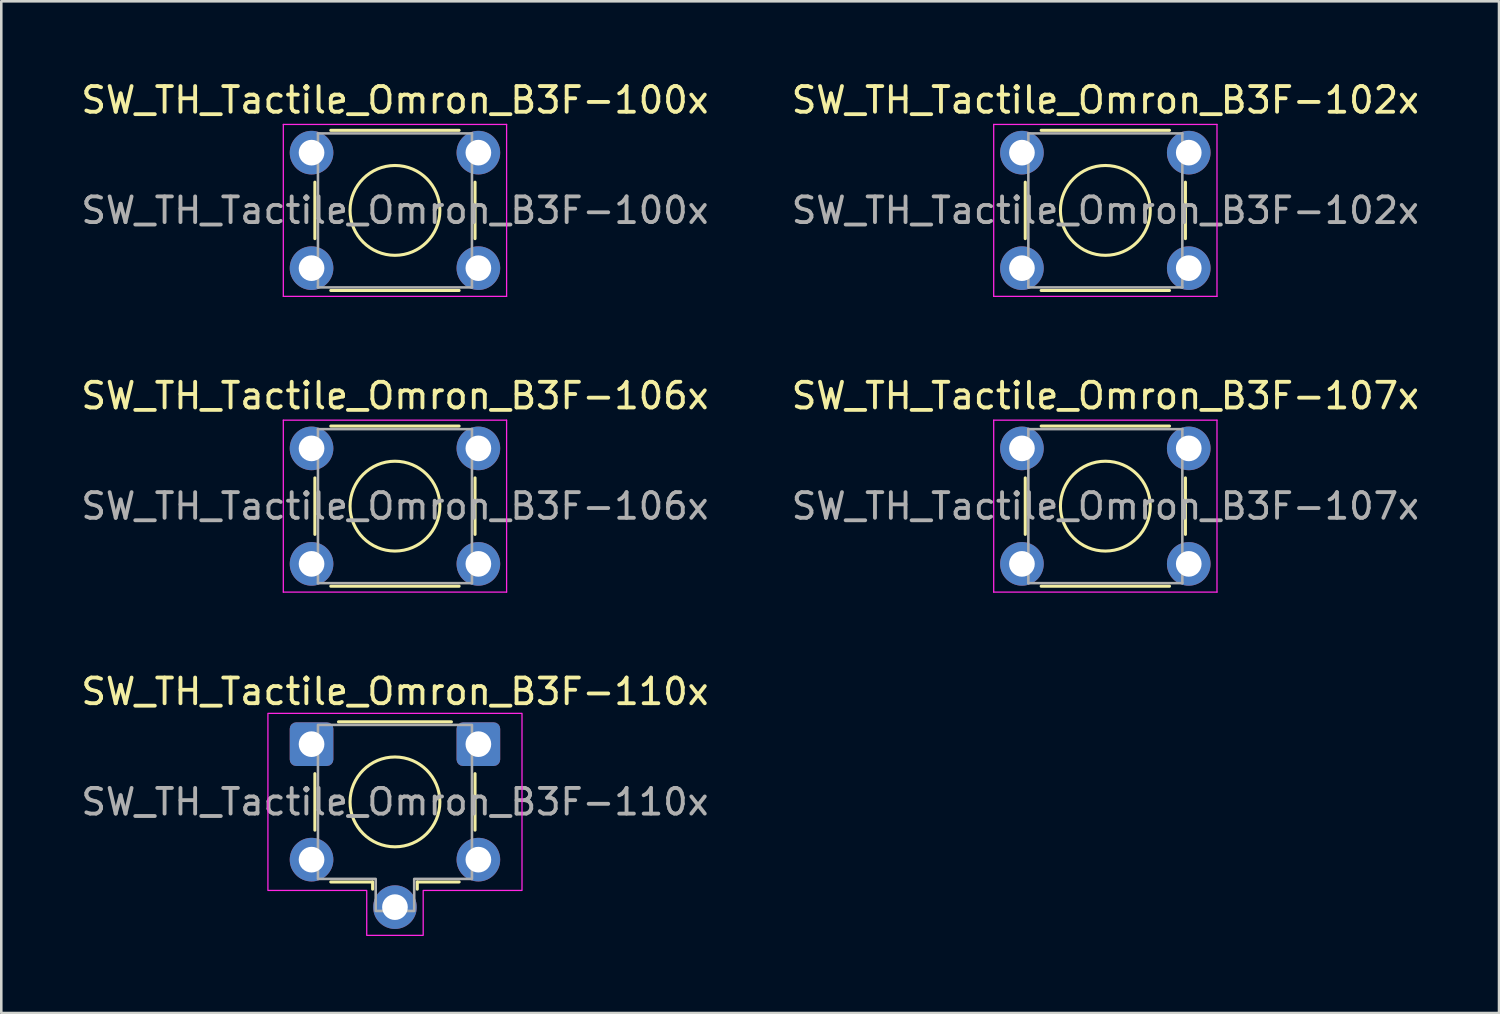
<source format=kicad_pcb>
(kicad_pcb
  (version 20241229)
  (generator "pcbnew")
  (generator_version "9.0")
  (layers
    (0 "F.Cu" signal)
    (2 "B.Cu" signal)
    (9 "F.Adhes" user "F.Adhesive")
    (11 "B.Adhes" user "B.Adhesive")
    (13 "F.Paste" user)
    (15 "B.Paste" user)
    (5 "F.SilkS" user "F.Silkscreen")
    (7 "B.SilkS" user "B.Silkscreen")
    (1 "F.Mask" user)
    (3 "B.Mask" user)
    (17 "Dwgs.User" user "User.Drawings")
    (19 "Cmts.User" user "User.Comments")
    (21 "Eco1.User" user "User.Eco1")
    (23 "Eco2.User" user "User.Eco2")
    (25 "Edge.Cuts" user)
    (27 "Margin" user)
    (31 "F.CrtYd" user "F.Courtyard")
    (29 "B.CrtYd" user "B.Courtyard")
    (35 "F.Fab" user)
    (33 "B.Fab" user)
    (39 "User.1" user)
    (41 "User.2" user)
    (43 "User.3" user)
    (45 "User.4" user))
  (footprint "SW_TH_Tactile_Omron_B3F-106x"
    (layer "F.Cu")
    (at 9.089 14.421)
    (property "Reference" "SW_TH_Tactile_Omron_B3F-106x" (at 3.25 -2.05 0) (layer "F.SilkS") (effects (font (size 1 1) (thickness 0.15))))
    (attr through_hole)
    (fp_line (start 0.13 3.35) (end 0.13 1.15) (stroke (width 0.12) (type solid)) (layer "F.SilkS"))
    (fp_line (start 0.75 -0.87) (end 5.75 -0.87) (stroke (width 0.12) (type solid)) (layer "F.SilkS"))
    (fp_line (start 0.75 5.37) (end 5.75 5.37) (stroke (width 0.12) (type solid)) (layer "F.SilkS"))
    (fp_line (start 6.37 1.15) (end 6.37 3.35) (stroke (width 0.12) (type solid)) (layer "F.SilkS"))
    (fp_circle (center 3.25 2.25) (end 5 2.25) (stroke (width 0.12) (type solid)) (fill no) (layer "F.SilkS"))
    (fp_line (start -1.1 -1.1) (end -1.1 5.6) (stroke (width 0.05) (type solid)) (layer "F.CrtYd"))
    (fp_line (start -1.1 -1.1) (end 7.6 -1.1) (stroke (width 0.05) (type solid)) (layer "F.CrtYd"))
    (fp_line (start -1.1 5.6) (end 7.6 5.6) (stroke (width 0.05) (type solid)) (layer "F.CrtYd"))
    (fp_line (start 7.6 5.6) (end 7.6 -1.1) (stroke (width 0.05) (type solid)) (layer "F.CrtYd"))
    (fp_line (start 0.25 -0.75) (end 0.25 5.25) (stroke (width 0.1) (type solid)) (layer "F.Fab"))
    (fp_line (start 0.25 -0.75) (end 6.25 -0.75) (stroke (width 0.1) (type solid)) (layer "F.Fab"))
    (fp_line (start 0.25 5.25) (end 6.25 5.25) (stroke (width 0.1) (type solid)) (layer "F.Fab"))
    (fp_line (start 6.25 -0.75) (end 6.25 5.25) (stroke (width 0.1) (type solid)) (layer "F.Fab"))
    (fp_text user "${REFERENCE}" (at 3.25 2.25 0) (layer "F.Fab") (effects (font (size 1 1) (thickness 0.15))))
    (pad "1" thru_hole circle (at 0 0) (size 1.7 1.7) (drill 1) (layers "*.Cu" "*.Mask"))
    (pad "1" thru_hole circle (at 6.5 0) (size 1.7 1.7) (drill 1) (layers "*.Cu" "*.Mask"))
    (pad "2" thru_hole circle (at 0 4.5) (size 1.7 1.7) (drill 1) (layers "*.Cu" "*.Mask"))
    (pad "2" thru_hole circle (at 6.5 4.5) (size 1.7 1.7) (drill 1) (layers "*.Cu" "*.Mask")))
  (footprint "SW_TH_Tactile_Omron_B3F-102x"
    (layer "F.Cu")
    (at 36.768 2.898)
    (property "Reference" "SW_TH_Tactile_Omron_B3F-102x" (at 3.25 -2.05 0) (layer "F.SilkS") (effects (font (size 1 1) (thickness 0.15))))
    (attr through_hole)
    (fp_line (start 0.13 3.35) (end 0.13 1.15) (stroke (width 0.12) (type solid)) (layer "F.SilkS"))
    (fp_line (start 0.75 -0.87) (end 5.75 -0.87) (stroke (width 0.12) (type solid)) (layer "F.SilkS"))
    (fp_line (start 0.75 5.37) (end 5.75 5.37) (stroke (width 0.12) (type solid)) (layer "F.SilkS"))
    (fp_line (start 6.37 1.15) (end 6.37 3.35) (stroke (width 0.12) (type solid)) (layer "F.SilkS"))
    (fp_circle (center 3.25 2.25) (end 5 2.25) (stroke (width 0.12) (type solid)) (fill no) (layer "F.SilkS"))
    (fp_line (start -1.1 -1.1) (end -1.1 5.6) (stroke (width 0.05) (type solid)) (layer "F.CrtYd"))
    (fp_line (start -1.1 -1.1) (end 7.6 -1.1) (stroke (width 0.05) (type solid)) (layer "F.CrtYd"))
    (fp_line (start -1.1 5.6) (end 7.6 5.6) (stroke (width 0.05) (type solid)) (layer "F.CrtYd"))
    (fp_line (start 7.6 5.6) (end 7.6 -1.1) (stroke (width 0.05) (type solid)) (layer "F.CrtYd"))
    (fp_line (start 0.25 -0.75) (end 0.25 5.25) (stroke (width 0.1) (type solid)) (layer "F.Fab"))
    (fp_line (start 0.25 -0.75) (end 6.25 -0.75) (stroke (width 0.1) (type solid)) (layer "F.Fab"))
    (fp_line (start 0.25 5.25) (end 6.25 5.25) (stroke (width 0.1) (type solid)) (layer "F.Fab"))
    (fp_line (start 6.25 -0.75) (end 6.25 5.25) (stroke (width 0.1) (type solid)) (layer "F.Fab"))
    (fp_text user "${REFERENCE}" (at 3.25 2.25 0) (layer "F.Fab") (effects (font (size 1 1) (thickness 0.15))))
    (pad "1" thru_hole circle (at 0 0) (size 1.7 1.7) (drill 1) (layers "*.Cu" "*.Mask"))
    (pad "1" thru_hole circle (at 6.5 0) (size 1.7 1.7) (drill 1) (layers "*.Cu" "*.Mask"))
    (pad "2" thru_hole circle (at 0 4.5) (size 1.7 1.7) (drill 1) (layers "*.Cu" "*.Mask"))
    (pad "2" thru_hole circle (at 6.5 4.5) (size 1.7 1.7) (drill 1) (layers "*.Cu" "*.Mask")))
  (footprint "SW_TH_Tactile_Omron_B3F-100x"
    (layer "F.Cu")
    (at 9.089 2.898)
    (property "Reference" "SW_TH_Tactile_Omron_B3F-100x" (at 3.25 -2.05 0) (layer "F.SilkS") (effects (font (size 1 1) (thickness 0.15))))
    (attr through_hole)
    (fp_line (start 0.13 3.35) (end 0.13 1.15) (stroke (width 0.12) (type solid)) (layer "F.SilkS"))
    (fp_line (start 0.75 -0.87) (end 5.75 -0.87) (stroke (width 0.12) (type solid)) (layer "F.SilkS"))
    (fp_line (start 0.75 5.37) (end 5.75 5.37) (stroke (width 0.12) (type solid)) (layer "F.SilkS"))
    (fp_line (start 6.37 1.15) (end 6.37 3.35) (stroke (width 0.12) (type solid)) (layer "F.SilkS"))
    (fp_circle (center 3.25 2.25) (end 5 2.25) (stroke (width 0.12) (type solid)) (fill no) (layer "F.SilkS"))
    (fp_line (start -1.1 -1.1) (end -1.1 5.6) (stroke (width 0.05) (type solid)) (layer "F.CrtYd"))
    (fp_line (start -1.1 -1.1) (end 7.6 -1.1) (stroke (width 0.05) (type solid)) (layer "F.CrtYd"))
    (fp_line (start -1.1 5.6) (end 7.6 5.6) (stroke (width 0.05) (type solid)) (layer "F.CrtYd"))
    (fp_line (start 7.6 5.6) (end 7.6 -1.1) (stroke (width 0.05) (type solid)) (layer "F.CrtYd"))
    (fp_line (start 0.25 -0.75) (end 0.25 5.25) (stroke (width 0.1) (type solid)) (layer "F.Fab"))
    (fp_line (start 0.25 -0.75) (end 6.25 -0.75) (stroke (width 0.1) (type solid)) (layer "F.Fab"))
    (fp_line (start 0.25 5.25) (end 6.25 5.25) (stroke (width 0.1) (type solid)) (layer "F.Fab"))
    (fp_line (start 6.25 -0.75) (end 6.25 5.25) (stroke (width 0.1) (type solid)) (layer "F.Fab"))
    (fp_text user "${REFERENCE}" (at 3.25 2.25 0) (layer "F.Fab") (effects (font (size 1 1) (thickness 0.15))))
    (pad "1" thru_hole circle (at 0 0) (size 1.7 1.7) (drill 1) (layers "*.Cu" "*.Mask"))
    (pad "1" thru_hole circle (at 6.5 0) (size 1.7 1.7) (drill 1) (layers "*.Cu" "*.Mask"))
    (pad "2" thru_hole circle (at 0 4.5) (size 1.7 1.7) (drill 1) (layers "*.Cu" "*.Mask"))
    (pad "2" thru_hole circle (at 6.5 4.5) (size 1.7 1.7) (drill 1) (layers "*.Cu" "*.Mask")))
  (footprint "SW_TH_Tactile_Omron_B3F-110x"
    (layer "F.Cu")
    (at 9.089 25.945)
    (property "Reference" "SW_TH_Tactile_Omron_B3F-110x" (at 3.25 -2.05 0) (layer "F.SilkS") (effects (font (size 1 1) (thickness 0.15))))
    (attr through_hole)
    (fp_line (start 0.13 3.35) (end 0.13 1.15) (stroke (width 0.12) (type solid)) (layer "F.SilkS"))
    (fp_line (start 0.75 5.37) (end 2.38 5.37) (stroke (width 0.12) (type solid)) (layer "F.SilkS"))
    (fp_line (start 1.05 -0.87) (end 5.45 -0.87) (stroke (width 0.12) (type solid)) (layer "F.SilkS"))
    (fp_line (start 2.38 5.37) (end 2.38 5.65) (stroke (width 0.12) (type solid)) (layer "F.SilkS"))
    (fp_line (start 4.12 5.37) (end 5.75 5.37) (stroke (width 0.12) (type solid)) (layer "F.SilkS"))
    (fp_line (start 4.12 5.65) (end 4.12 5.37) (stroke (width 0.12) (type solid)) (layer "F.SilkS"))
    (fp_line (start 6.37 1.15) (end 6.37 3.35) (stroke (width 0.12) (type solid)) (layer "F.SilkS"))
    (fp_circle (center 3.25 2.25) (end 5 2.25) (stroke (width 0.12) (type solid)) (fill no) (layer "F.SilkS"))
    (fp_poly (pts (xy -1.7 -1.2) (xy 8.2 -1.2) (xy 8.2 5.7) (xy 4.35 5.7) (xy 4.35 7.45) (xy 2.15 7.45) (xy 2.15 5.7) (xy -1.7 5.7)) (stroke (width 0.05) (type solid)) (fill no) (layer "F.CrtYd"))
    (fp_poly (pts (xy 0.25 -0.75) (xy 6.25 -0.75) (xy 6.25 5.25) (xy 4 5.25) (xy 4 6.5) (xy 2.5 6.5) (xy 2.5 5.25) (xy 0.25 5.25)) (stroke (width 0.1) (type solid)) (fill no) (layer "F.Fab"))
    (fp_text user "${REFERENCE}" (at 3.25 2.25 0) (layer "F.Fab") (effects (font (size 1 1) (thickness 0.15))))
    (pad "1" thru_hole roundrect (at 0 0) (size 1.7 1.7) (drill 1) (layers "*.Cu" "*.Mask") (roundrect_rratio 0.147))
    (pad "1" thru_hole roundrect (at 6.5 0) (size 1.7 1.7) (drill 1) (layers "*.Cu" "*.Mask") (roundrect_rratio 0.147))
    (pad "2" thru_hole circle (at 0 4.5) (size 1.7 1.7) (drill 1) (layers "*.Cu" "*.Mask"))
    (pad "2" thru_hole circle (at 6.5 4.5) (size 1.7 1.7) (drill 1) (layers "*.Cu" "*.Mask"))
    (pad "SH" thru_hole circle (at 3.25 6.35) (size 1.7 1.7) (drill 1) (layers "*.Cu" "*.Mask")))
  (footprint "SW_TH_Tactile_Omron_B3F-107x"
    (layer "F.Cu")
    (at 36.768 14.421)
    (property "Reference" "SW_TH_Tactile_Omron_B3F-107x" (at 3.25 -2.05 0) (layer "F.SilkS") (effects (font (size 1 1) (thickness 0.15))))
    (attr through_hole)
    (fp_line (start 0.13 3.35) (end 0.13 1.15) (stroke (width 0.12) (type solid)) (layer "F.SilkS"))
    (fp_line (start 0.75 -0.87) (end 5.75 -0.87) (stroke (width 0.12) (type solid)) (layer "F.SilkS"))
    (fp_line (start 0.75 5.37) (end 5.75 5.37) (stroke (width 0.12) (type solid)) (layer "F.SilkS"))
    (fp_line (start 6.37 1.15) (end 6.37 3.35) (stroke (width 0.12) (type solid)) (layer "F.SilkS"))
    (fp_circle (center 3.25 2.25) (end 5 2.25) (stroke (width 0.12) (type solid)) (fill no) (layer "F.SilkS"))
    (fp_line (start -1.1 -1.1) (end -1.1 5.6) (stroke (width 0.05) (type solid)) (layer "F.CrtYd"))
    (fp_line (start -1.1 -1.1) (end 7.6 -1.1) (stroke (width 0.05) (type solid)) (layer "F.CrtYd"))
    (fp_line (start -1.1 5.6) (end 7.6 5.6) (stroke (width 0.05) (type solid)) (layer "F.CrtYd"))
    (fp_line (start 7.6 5.6) (end 7.6 -1.1) (stroke (width 0.05) (type solid)) (layer "F.CrtYd"))
    (fp_line (start 0.25 -0.75) (end 0.25 5.25) (stroke (width 0.1) (type solid)) (layer "F.Fab"))
    (fp_line (start 0.25 -0.75) (end 6.25 -0.75) (stroke (width 0.1) (type solid)) (layer "F.Fab"))
    (fp_line (start 0.25 5.25) (end 6.25 5.25) (stroke (width 0.1) (type solid)) (layer "F.Fab"))
    (fp_line (start 6.25 -0.75) (end 6.25 5.25) (stroke (width 0.1) (type solid)) (layer "F.Fab"))
    (fp_text user "${REFERENCE}" (at 3.25 2.25 0) (layer "F.Fab") (effects (font (size 1 1) (thickness 0.15))))
    (pad "1" thru_hole circle (at 0 0) (size 1.7 1.7) (drill 1) (layers "*.Cu" "*.Mask"))
    (pad "1" thru_hole circle (at 6.5 0) (size 1.7 1.7) (drill 1) (layers "*.Cu" "*.Mask"))
    (pad "2" thru_hole circle (at 0 4.5) (size 1.7 1.7) (drill 1) (layers "*.Cu" "*.Mask"))
    (pad "2" thru_hole circle (at 6.5 4.5) (size 1.7 1.7) (drill 1) (layers "*.Cu" "*.Mask")))
  (gr_rect
    (start -3 -3)
    (end 55.357 36.42)
    (stroke (width 0.1) (type default))
    (fill no)
    (layer "Edge.Cuts")))
</source>
